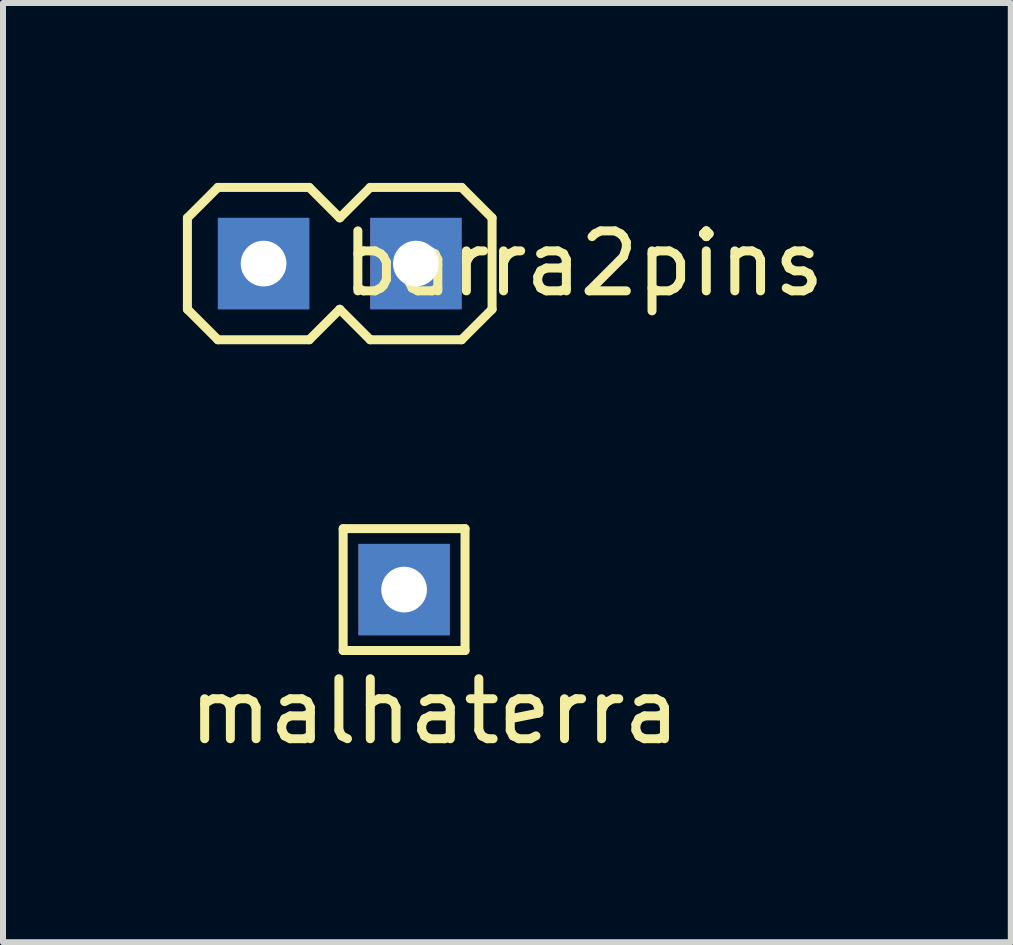
<source format=kicad_pcb>
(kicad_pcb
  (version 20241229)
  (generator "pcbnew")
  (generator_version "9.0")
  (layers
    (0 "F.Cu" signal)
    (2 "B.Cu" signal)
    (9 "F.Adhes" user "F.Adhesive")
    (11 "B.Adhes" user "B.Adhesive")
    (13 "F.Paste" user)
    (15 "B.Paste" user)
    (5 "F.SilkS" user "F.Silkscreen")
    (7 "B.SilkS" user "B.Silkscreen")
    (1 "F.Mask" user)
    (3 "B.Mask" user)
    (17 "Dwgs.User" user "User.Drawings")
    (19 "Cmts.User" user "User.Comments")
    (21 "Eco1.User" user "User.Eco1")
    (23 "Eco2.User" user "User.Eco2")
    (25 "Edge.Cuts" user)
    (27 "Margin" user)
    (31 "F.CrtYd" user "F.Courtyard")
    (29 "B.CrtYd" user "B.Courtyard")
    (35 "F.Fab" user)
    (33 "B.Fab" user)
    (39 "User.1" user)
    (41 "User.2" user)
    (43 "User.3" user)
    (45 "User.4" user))
  (footprint "barra2pins"
    (layer "F.Cu")
    (at 3.885 1.345)
    (property "Reference" "barra2pins" (at 2.794 0 0) (layer "F.SilkS") (effects (font (size 1 1) (thickness 0.15))))
    (attr through_hole)
    (fp_line (start -3.81 -0.762) (end -3.302 -1.27) (stroke (width 0.15) (type solid)) (layer "F.SilkS"))
    (fp_line (start -3.81 0.762) (end -3.81 -0.762) (stroke (width 0.15) (type solid)) (layer "F.SilkS"))
    (fp_line (start -3.302 -1.27) (end -1.778 -1.27) (stroke (width 0.15) (type solid)) (layer "F.SilkS"))
    (fp_line (start -3.302 1.27) (end -3.81 0.762) (stroke (width 0.15) (type solid)) (layer "F.SilkS"))
    (fp_line (start -1.778 -1.27) (end -1.27 -0.762) (stroke (width 0.15) (type solid)) (layer "F.SilkS"))
    (fp_line (start -1.778 1.27) (end -3.302 1.27) (stroke (width 0.15) (type solid)) (layer "F.SilkS"))
    (fp_line (start -1.27 -0.762) (end -0.762 -1.27) (stroke (width 0.15) (type solid)) (layer "F.SilkS"))
    (fp_line (start -1.27 0.762) (end -1.778 1.27) (stroke (width 0.15) (type solid)) (layer "F.SilkS"))
    (fp_line (start -0.762 -1.27) (end 0.762 -1.27) (stroke (width 0.15) (type solid)) (layer "F.SilkS"))
    (fp_line (start -0.762 1.27) (end -1.27 0.762) (stroke (width 0.15) (type solid)) (layer "F.SilkS"))
    (fp_line (start 0.762 -1.27) (end 1.27 -0.762) (stroke (width 0.15) (type solid)) (layer "F.SilkS"))
    (fp_line (start 0.762 1.27) (end -0.762 1.27) (stroke (width 0.15) (type solid)) (layer "F.SilkS"))
    (fp_line (start 1.27 -0.762) (end 1.27 0.762) (stroke (width 0.15) (type solid)) (layer "F.SilkS"))
    (fp_line (start 1.27 0.762) (end 0.762 1.27) (stroke (width 0.15) (type solid)) (layer "F.SilkS"))
    (pad "1" thru_hole rect (at -2.54 0) (size 1.524 1.524) (drill 0.762) (layers "*.Cu" "*.Mask"))
    (pad "2" thru_hole rect (at 0 0) (size 1.524 1.524) (drill 0.762) (layers "*.Cu" "*.Mask")))
  (footprint "malhaterra"
    (layer "F.Cu")
    (at 3.688 6.781)
    (property "Reference" "malhaterra" (at 0.508 2.032 0) (layer "F.SilkS") (effects (font (size 1 1) (thickness 0.15))))
    (attr through_hole)
    (fp_line (start -1.016 -1.016) (end -1.016 1.016) (stroke (width 0.15) (type solid)) (layer "F.SilkS"))
    (fp_line (start -1.016 1.016) (end 1.016 1.016) (stroke (width 0.15) (type solid)) (layer "F.SilkS"))
    (fp_line (start 1.016 -1.016) (end -1.016 -1.016) (stroke (width 0.15) (type solid)) (layer "F.SilkS"))
    (fp_line (start 1.016 1.016) (end 1.016 -1.016) (stroke (width 0.15) (type solid)) (layer "F.SilkS"))
    (pad "1" thru_hole rect (at 0 0 90) (size 1.524 1.524) (drill 0.762) (layers "*.Cu" "*.Mask")))
  (gr_rect
    (start -3 -3)
    (end 13.804 12.661)
    (stroke (width 0.1) (type default))
    (fill no)
    (layer "Edge.Cuts")))
</source>
